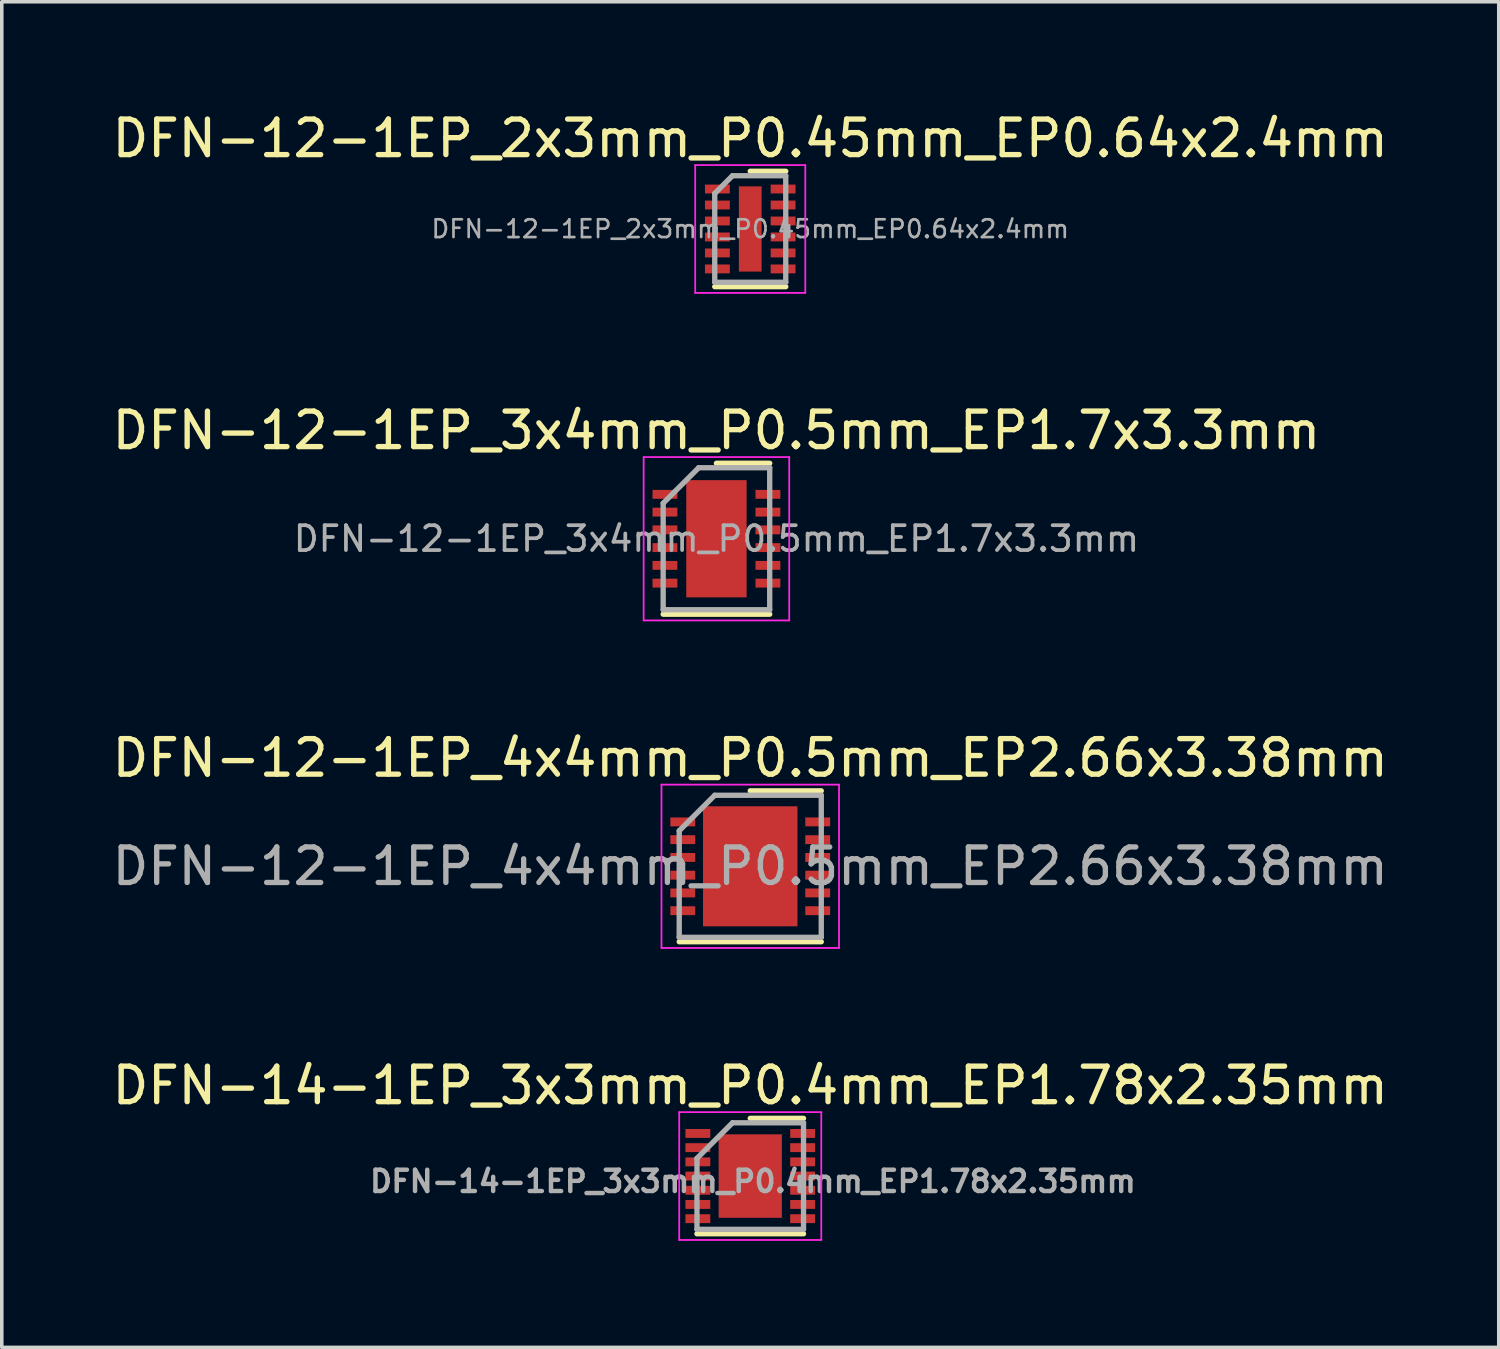
<source format=kicad_pcb>
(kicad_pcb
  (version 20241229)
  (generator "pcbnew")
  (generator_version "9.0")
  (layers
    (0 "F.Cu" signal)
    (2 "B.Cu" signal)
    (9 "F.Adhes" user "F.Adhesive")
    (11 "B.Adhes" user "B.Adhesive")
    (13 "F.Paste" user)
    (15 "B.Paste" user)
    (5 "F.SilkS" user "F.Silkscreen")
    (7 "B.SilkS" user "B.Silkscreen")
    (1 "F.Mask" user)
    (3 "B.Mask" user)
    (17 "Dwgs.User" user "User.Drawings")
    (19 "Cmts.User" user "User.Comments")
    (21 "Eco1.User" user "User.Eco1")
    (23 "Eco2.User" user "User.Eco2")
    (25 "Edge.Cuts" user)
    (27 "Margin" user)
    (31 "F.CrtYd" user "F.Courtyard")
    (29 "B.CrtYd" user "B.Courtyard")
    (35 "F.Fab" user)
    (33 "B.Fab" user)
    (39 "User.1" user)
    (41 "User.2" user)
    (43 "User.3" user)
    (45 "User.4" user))
  (footprint "DFN-12-1EP_2x3mm_P0.45mm_EP0.64x2.4mm"
    (layer "F.Cu")
    (at 18.077 3.398)
    (property "Reference" "DFN-12-1EP_2x3mm_P0.45mm_EP0.64x2.4mm" (at 0 -2.55 0) (layer "F.SilkS") (effects (font (size 1 1) (thickness 0.15))))
    (attr smd)
    (fp_line (start -1 1.625) (end 1 1.625) (stroke (width 0.15) (type solid)) (layer "F.SilkS"))
    (fp_line (start 0 -1.625) (end 1 -1.625) (stroke (width 0.15) (type solid)) (layer "F.SilkS"))
    (fp_line (start -1.55 -1.8) (end -1.55 1.8) (stroke (width 0.05) (type solid)) (layer "F.CrtYd"))
    (fp_line (start -1.55 -1.8) (end 1.55 -1.8) (stroke (width 0.05) (type solid)) (layer "F.CrtYd"))
    (fp_line (start -1.55 1.8) (end 1.55 1.8) (stroke (width 0.05) (type solid)) (layer "F.CrtYd"))
    (fp_line (start 1.55 -1.8) (end 1.55 1.8) (stroke (width 0.05) (type solid)) (layer "F.CrtYd"))
    (fp_line (start -1 -1) (end -0.5 -1.5) (stroke (width 0.15) (type solid)) (layer "F.Fab"))
    (fp_line (start -1 1.5) (end -1 -1) (stroke (width 0.15) (type solid)) (layer "F.Fab"))
    (fp_line (start -0.5 -1.5) (end 1 -1.5) (stroke (width 0.15) (type solid)) (layer "F.Fab"))
    (fp_line (start 1 -1.5) (end 1 1.5) (stroke (width 0.15) (type solid)) (layer "F.Fab"))
    (fp_line (start 1 1.5) (end -1 1.5) (stroke (width 0.15) (type solid)) (layer "F.Fab"))
    (fp_text user "${REFERENCE}" (at 0 0 0) (layer "F.Fab") (effects (font (size 0.5 0.5) (thickness 0.075))))
    (pad "" smd rect (at 0 -0.6) (size 0.5 1) (layers "F.Paste"))
    (pad "" smd rect (at 0 0.6) (size 0.5 1) (layers "F.Paste"))
    (pad "1" smd rect (at -0.925 -1.125) (size 0.7 0.25) (layers "F.Cu" "F.Mask" "F.Paste"))
    (pad "2" smd rect (at -0.925 -0.675) (size 0.7 0.25) (layers "F.Cu" "F.Mask" "F.Paste"))
    (pad "3" smd rect (at -0.925 -0.225) (size 0.7 0.25) (layers "F.Cu" "F.Mask" "F.Paste"))
    (pad "4" smd rect (at -0.925 0.225) (size 0.7 0.25) (layers "F.Cu" "F.Mask" "F.Paste"))
    (pad "5" smd rect (at -0.925 0.675) (size 0.7 0.25) (layers "F.Cu" "F.Mask" "F.Paste"))
    (pad "6" smd rect (at -0.925 1.125) (size 0.7 0.25) (layers "F.Cu" "F.Mask" "F.Paste"))
    (pad "7" smd rect (at 0.925 1.125) (size 0.7 0.25) (layers "F.Cu" "F.Mask" "F.Paste"))
    (pad "8" smd rect (at 0.925 0.675) (size 0.7 0.25) (layers "F.Cu" "F.Mask" "F.Paste"))
    (pad "9" smd rect (at 0.925 0.225) (size 0.7 0.25) (layers "F.Cu" "F.Mask" "F.Paste"))
    (pad "10" smd rect (at 0.925 -0.225) (size 0.7 0.25) (layers "F.Cu" "F.Mask" "F.Paste"))
    (pad "11" smd rect (at 0.925 -0.675) (size 0.7 0.25) (layers "F.Cu" "F.Mask" "F.Paste"))
    (pad "12" smd rect (at 0.925 -1.125) (size 0.7 0.25) (layers "F.Cu" "F.Mask" "F.Paste"))
    (pad "13" smd rect (at 0 0) (size 0.64 2.4) (layers "F.Cu" "F.Mask")))
  (footprint "DFN-12-1EP_3x4mm_P0.5mm_EP1.7x3.3mm"
    (layer "F.Cu")
    (at 17.125 12.121)
    (property "Reference" "DFN-12-1EP_3x4mm_P0.5mm_EP1.7x3.3mm" (at 0 -3.05 0) (layer "F.SilkS") (effects (font (size 1 1) (thickness 0.15))))
    (attr smd)
    (fp_line (start -1.5 2.125) (end 1.5 2.125) (stroke (width 0.15) (type solid)) (layer "F.SilkS"))
    (fp_line (start 0 -2.125) (end 1.5 -2.125) (stroke (width 0.15) (type solid)) (layer "F.SilkS"))
    (fp_line (start -2.05 -2.3) (end -2.05 2.3) (stroke (width 0.05) (type solid)) (layer "F.CrtYd"))
    (fp_line (start -2.05 -2.3) (end 2.05 -2.3) (stroke (width 0.05) (type solid)) (layer "F.CrtYd"))
    (fp_line (start -2.05 2.3) (end 2.05 2.3) (stroke (width 0.05) (type solid)) (layer "F.CrtYd"))
    (fp_line (start 2.05 -2.3) (end 2.05 2.3) (stroke (width 0.05) (type solid)) (layer "F.CrtYd"))
    (fp_line (start -1.5 -1) (end -0.5 -2) (stroke (width 0.15) (type solid)) (layer "F.Fab"))
    (fp_line (start -1.5 2) (end -1.5 -1) (stroke (width 0.15) (type solid)) (layer "F.Fab"))
    (fp_line (start -0.5 -2) (end 1.5 -2) (stroke (width 0.15) (type solid)) (layer "F.Fab"))
    (fp_line (start 1.5 -2) (end 1.5 2) (stroke (width 0.15) (type solid)) (layer "F.Fab"))
    (fp_line (start 1.5 2) (end -1.5 2) (stroke (width 0.15) (type solid)) (layer "F.Fab"))
    (fp_text user "${REFERENCE}" (at 0 0 0) (layer "F.Fab") (effects (font (size 0.7 0.7) (thickness 0.105))))
    (pad "" smd rect (at -0.425 -1.238) (size 0.685 0.67) (layers "F.Paste"))
    (pad "" smd rect (at -0.425 -0.412) (size 0.685 0.67) (layers "F.Paste"))
    (pad "" smd rect (at -0.425 0.412) (size 0.685 0.67) (layers "F.Paste"))
    (pad "" smd rect (at -0.425 1.238) (size 0.685 0.67) (layers "F.Paste"))
    (pad "" smd rect (at 0.425 -1.238) (size 0.685 0.67) (layers "F.Paste"))
    (pad "" smd rect (at 0.425 -0.412) (size 0.685 0.67) (layers "F.Paste"))
    (pad "" smd rect (at 0.425 0.412) (size 0.685 0.67) (layers "F.Paste"))
    (pad "" smd rect (at 0.425 1.238) (size 0.685 0.67) (layers "F.Paste"))
    (pad "1" smd rect (at -1.45 -1.25) (size 0.7 0.25) (layers "F.Cu" "F.Mask" "F.Paste"))
    (pad "2" smd rect (at -1.45 -0.75) (size 0.7 0.25) (layers "F.Cu" "F.Mask" "F.Paste"))
    (pad "3" smd rect (at -1.45 -0.25) (size 0.7 0.25) (layers "F.Cu" "F.Mask" "F.Paste"))
    (pad "4" smd rect (at -1.45 0.25) (size 0.7 0.25) (layers "F.Cu" "F.Mask" "F.Paste"))
    (pad "5" smd rect (at -1.45 0.75) (size 0.7 0.25) (layers "F.Cu" "F.Mask" "F.Paste"))
    (pad "6" smd rect (at -1.45 1.25) (size 0.7 0.25) (layers "F.Cu" "F.Mask" "F.Paste"))
    (pad "7" smd rect (at 1.45 1.25) (size 0.7 0.25) (layers "F.Cu" "F.Mask" "F.Paste"))
    (pad "8" smd rect (at 1.45 0.75) (size 0.7 0.25) (layers "F.Cu" "F.Mask" "F.Paste"))
    (pad "9" smd rect (at 1.45 0.25) (size 0.7 0.25) (layers "F.Cu" "F.Mask" "F.Paste"))
    (pad "10" smd rect (at 1.45 -0.25) (size 0.7 0.25) (layers "F.Cu" "F.Mask" "F.Paste"))
    (pad "11" smd rect (at 1.45 -0.75) (size 0.7 0.25) (layers "F.Cu" "F.Mask" "F.Paste"))
    (pad "12" smd rect (at 1.45 -1.25) (size 0.7 0.25) (layers "F.Cu" "F.Mask" "F.Paste"))
    (pad "13" smd rect (at 0 0) (size 1.7 3.3) (layers "F.Cu" "F.Mask")))
  (footprint "DFN-14-1EP_3x3mm_P0.4mm_EP1.78x2.35mm"
    (layer "F.Cu")
    (at 18.077 30.068)
    (property "Reference" "DFN-14-1EP_3x3mm_P0.4mm_EP1.78x2.35mm" (at 0 -2.55 0) (layer "F.SilkS") (effects (font (size 1 1) (thickness 0.15))))
    (attr smd)
    (fp_line (start -1.5 1.625) (end 1.5 1.625) (stroke (width 0.15) (type solid)) (layer "F.SilkS"))
    (fp_line (start 0 -1.625) (end 1.5 -1.625) (stroke (width 0.15) (type solid)) (layer "F.SilkS"))
    (fp_line (start -2 -1.8) (end -2 1.8) (stroke (width 0.05) (type solid)) (layer "F.CrtYd"))
    (fp_line (start -2 -1.8) (end 2 -1.8) (stroke (width 0.05) (type solid)) (layer "F.CrtYd"))
    (fp_line (start -2 1.8) (end 2 1.8) (stroke (width 0.05) (type solid)) (layer "F.CrtYd"))
    (fp_line (start 2 -1.8) (end 2 1.8) (stroke (width 0.05) (type solid)) (layer "F.CrtYd"))
    (fp_line (start -1.5 -0.5) (end -0.5 -1.5) (stroke (width 0.15) (type solid)) (layer "F.Fab"))
    (fp_line (start -1.5 1.5) (end -1.5 -0.5) (stroke (width 0.15) (type solid)) (layer "F.Fab"))
    (fp_line (start -0.5 -1.5) (end 1.5 -1.5) (stroke (width 0.15) (type solid)) (layer "F.Fab"))
    (fp_line (start 1.5 -1.5) (end 1.5 1.5) (stroke (width 0.15) (type solid)) (layer "F.Fab"))
    (fp_line (start 1.5 1.5) (end -1.5 1.5) (stroke (width 0.15) (type solid)) (layer "F.Fab"))
    (fp_text user "${REFERENCE}" (at 0.075 0.15 0) (layer "F.Fab") (effects (font (size 0.6 0.6) (thickness 0.125))))
    (pad "" smd rect (at -0.445 -0.588) (size 0.7 0.97) (layers "F.Paste"))
    (pad "" smd rect (at -0.445 0.588) (size 0.7 0.97) (layers "F.Paste"))
    (pad "" smd rect (at 0.45 -0.588) (size 0.7 0.97) (layers "F.Paste"))
    (pad "" smd rect (at 0.45 0.588) (size 0.7 0.97) (layers "F.Paste"))
    (pad "1" smd rect (at -1.475 -1.2) (size 0.7 0.25) (layers "F.Cu" "F.Mask" "F.Paste"))
    (pad "2" smd rect (at -1.475 -0.8) (size 0.7 0.25) (layers "F.Cu" "F.Mask" "F.Paste"))
    (pad "3" smd rect (at -1.475 -0.4) (size 0.7 0.25) (layers "F.Cu" "F.Mask" "F.Paste"))
    (pad "4" smd rect (at -1.475 0) (size 0.7 0.25) (layers "F.Cu" "F.Mask" "F.Paste"))
    (pad "5" smd rect (at -1.475 0.4) (size 0.7 0.25) (layers "F.Cu" "F.Mask" "F.Paste"))
    (pad "6" smd rect (at -1.475 0.8) (size 0.7 0.25) (layers "F.Cu" "F.Mask" "F.Paste"))
    (pad "7" smd rect (at -1.475 1.2) (size 0.7 0.25) (layers "F.Cu" "F.Mask" "F.Paste"))
    (pad "8" smd rect (at 1.475 1.2) (size 0.7 0.25) (layers "F.Cu" "F.Mask" "F.Paste"))
    (pad "9" smd rect (at 1.475 0.8) (size 0.7 0.25) (layers "F.Cu" "F.Mask" "F.Paste"))
    (pad "10" smd rect (at 1.475 0.4) (size 0.7 0.25) (layers "F.Cu" "F.Mask" "F.Paste"))
    (pad "11" smd rect (at 1.475 0) (size 0.7 0.25) (layers "F.Cu" "F.Mask" "F.Paste"))
    (pad "12" smd rect (at 1.475 -0.4) (size 0.7 0.25) (layers "F.Cu" "F.Mask" "F.Paste"))
    (pad "13" smd rect (at 1.475 -0.8) (size 0.7 0.25) (layers "F.Cu" "F.Mask" "F.Paste"))
    (pad "14" smd rect (at 1.475 -1.2) (size 0.7 0.25) (layers "F.Cu" "F.Mask" "F.Paste"))
    (pad "15" smd rect (at 0 0) (size 1.78 2.35) (layers "F.Cu" "F.Mask")))
  (footprint "DFN-12-1EP_4x4mm_P0.5mm_EP2.66x3.38mm"
    (layer "F.Cu")
    (at 18.077 21.345)
    (property "Reference" "DFN-12-1EP_4x4mm_P0.5mm_EP2.66x3.38mm" (at 0 -3.05 0) (layer "F.SilkS") (effects (font (size 1 1) (thickness 0.15))))
    (attr smd)
    (fp_line (start -2 2.125) (end 2 2.125) (stroke (width 0.15) (type solid)) (layer "F.SilkS"))
    (fp_line (start 0 -2.125) (end 2 -2.125) (stroke (width 0.15) (type solid)) (layer "F.SilkS"))
    (fp_line (start -2.5 -2.3) (end -2.5 2.3) (stroke (width 0.05) (type solid)) (layer "F.CrtYd"))
    (fp_line (start -2.5 -2.3) (end 2.5 -2.3) (stroke (width 0.05) (type solid)) (layer "F.CrtYd"))
    (fp_line (start -2.5 2.3) (end 2.5 2.3) (stroke (width 0.05) (type solid)) (layer "F.CrtYd"))
    (fp_line (start 2.5 -2.3) (end 2.5 2.3) (stroke (width 0.05) (type solid)) (layer "F.CrtYd"))
    (fp_line (start -2 -1) (end -1 -2) (stroke (width 0.15) (type solid)) (layer "F.Fab"))
    (fp_line (start -2 2) (end -2 -1) (stroke (width 0.15) (type solid)) (layer "F.Fab"))
    (fp_line (start -1 -2) (end 2 -2) (stroke (width 0.15) (type solid)) (layer "F.Fab"))
    (fp_line (start 2 -2) (end 2 2) (stroke (width 0.15) (type solid)) (layer "F.Fab"))
    (fp_line (start 2 2) (end -2 2) (stroke (width 0.15) (type solid)) (layer "F.Fab"))
    (fp_text user "${REFERENCE}" (at 0 0 0) (layer "F.Fab") (effects (font (size 1 1) (thickness 0.15))))
    (pad "" smd rect (at -0.665 -1.268) (size 1.15 0.63) (layers "F.Paste"))
    (pad "" smd rect (at -0.665 -0.422) (size 1.15 0.63) (layers "F.Paste"))
    (pad "" smd rect (at -0.665 0.422) (size 1.15 0.63) (layers "F.Paste"))
    (pad "" smd rect (at -0.665 1.268) (size 1.15 0.63) (layers "F.Paste"))
    (pad "" smd rect (at 0.665 -1.268) (size 1.15 0.63) (layers "F.Paste"))
    (pad "" smd rect (at 0.665 -0.422) (size 1.15 0.63) (layers "F.Paste"))
    (pad "" smd rect (at 0.665 0.422) (size 1.15 0.63) (layers "F.Paste"))
    (pad "" smd rect (at 0.665 1.268) (size 1.15 0.63) (layers "F.Paste"))
    (pad "1" smd rect (at -1.9 -1.25) (size 0.7 0.25) (layers "F.Cu" "F.Mask" "F.Paste"))
    (pad "2" smd rect (at -1.9 -0.75) (size 0.7 0.25) (layers "F.Cu" "F.Mask" "F.Paste"))
    (pad "3" smd rect (at -1.9 -0.25) (size 0.7 0.25) (layers "F.Cu" "F.Mask" "F.Paste"))
    (pad "4" smd rect (at -1.9 0.25) (size 0.7 0.25) (layers "F.Cu" "F.Mask" "F.Paste"))
    (pad "5" smd rect (at -1.9 0.75) (size 0.7 0.25) (layers "F.Cu" "F.Mask" "F.Paste"))
    (pad "6" smd rect (at -1.9 1.25) (size 0.7 0.25) (layers "F.Cu" "F.Mask" "F.Paste"))
    (pad "7" smd rect (at 1.9 1.25) (size 0.7 0.25) (layers "F.Cu" "F.Mask" "F.Paste"))
    (pad "8" smd rect (at 1.9 0.75) (size 0.7 0.25) (layers "F.Cu" "F.Mask" "F.Paste"))
    (pad "9" smd rect (at 1.9 0.25) (size 0.7 0.25) (layers "F.Cu" "F.Mask" "F.Paste"))
    (pad "10" smd rect (at 1.9 -0.25) (size 0.7 0.25) (layers "F.Cu" "F.Mask" "F.Paste"))
    (pad "11" smd rect (at 1.9 -0.75) (size 0.7 0.25) (layers "F.Cu" "F.Mask" "F.Paste"))
    (pad "12" smd rect (at 1.9 -1.25) (size 0.7 0.25) (layers "F.Cu" "F.Mask" "F.Paste"))
    (pad "13" smd rect (at 0 0) (size 2.66 3.38) (layers "F.Cu" "F.Mask")))
  (gr_rect
    (start -3 -3)
    (end 39.155 34.893)
    (stroke (width 0.1) (type default))
    (fill no)
    (layer "Edge.Cuts")))
</source>
